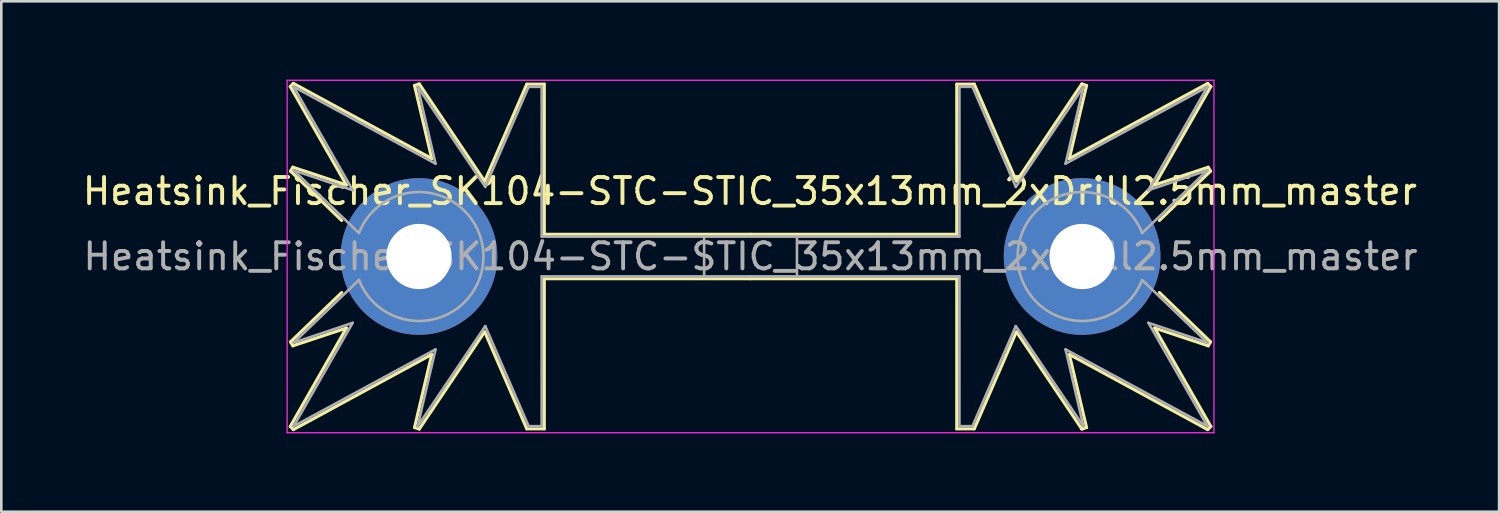
<source format=kicad_pcb>
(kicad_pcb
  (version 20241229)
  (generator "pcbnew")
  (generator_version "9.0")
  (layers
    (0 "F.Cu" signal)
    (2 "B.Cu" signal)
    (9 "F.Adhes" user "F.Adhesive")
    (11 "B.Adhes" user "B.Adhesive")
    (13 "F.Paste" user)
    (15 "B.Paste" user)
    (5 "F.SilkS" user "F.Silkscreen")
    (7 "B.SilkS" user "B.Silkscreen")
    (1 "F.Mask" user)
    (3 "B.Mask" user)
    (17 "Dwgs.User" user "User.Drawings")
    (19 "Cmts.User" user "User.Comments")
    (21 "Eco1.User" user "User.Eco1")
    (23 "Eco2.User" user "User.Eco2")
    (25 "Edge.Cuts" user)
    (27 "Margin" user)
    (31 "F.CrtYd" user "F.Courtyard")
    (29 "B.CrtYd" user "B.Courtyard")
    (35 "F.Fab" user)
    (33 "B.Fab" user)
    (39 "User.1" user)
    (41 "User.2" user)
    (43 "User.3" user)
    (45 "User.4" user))
  (footprint "Heatsink_Fischer_SK104-STC-STIC_35x13mm_2xDrill2.5mm_master"
    (layer "F.Cu")
    (at 25.698 6.775)
    (property "Reference" "Heatsink_Fischer_SK104-STC-STIC_35x13mm_2xDrill2.5mm_master" (at -0.025 -2.5 0) (layer "F.SilkS") (effects (font (size 1 1) (thickness 0.15))))
    (attr through_hole)
    (fp_line (start -17.63 -6.51) (end -15.48 -2.74) (stroke (width 0.12) (type solid)) (layer "F.SilkS"))
    (fp_line (start -17.63 6.51) (end -15.48 2.74) (stroke (width 0.12) (type solid)) (layer "F.SilkS"))
    (fp_line (start -17.62 -3.27) (end -15.66 -1.38) (stroke (width 0.12) (type solid)) (layer "F.SilkS"))
    (fp_line (start -17.62 3.27) (end -15.66 1.38) (stroke (width 0.12) (type solid)) (layer "F.SilkS"))
    (fp_line (start -17.53 -3.42) (end -17.62 -3.27) (stroke (width 0.12) (type solid)) (layer "F.SilkS"))
    (fp_line (start -17.53 3.42) (end -17.62 3.27) (stroke (width 0.12) (type solid)) (layer "F.SilkS"))
    (fp_line (start -17.51 -6.63) (end -17.63 -6.51) (stroke (width 0.12) (type solid)) (layer "F.SilkS"))
    (fp_line (start -17.51 6.63) (end -17.63 6.51) (stroke (width 0.12) (type solid)) (layer "F.SilkS"))
    (fp_line (start -15.48 -2.74) (end -17.53 -3.42) (stroke (width 0.12) (type solid)) (layer "F.SilkS"))
    (fp_line (start -15.48 2.74) (end -17.53 3.42) (stroke (width 0.12) (type solid)) (layer "F.SilkS"))
    (fp_line (start -12.87 -6.55) (end -12.21 -3.75) (stroke (width 0.12) (type solid)) (layer "F.SilkS"))
    (fp_line (start -12.87 6.55) (end -12.21 3.75) (stroke (width 0.12) (type solid)) (layer "F.SilkS"))
    (fp_line (start -12.69 -6.61) (end -12.87 -6.55) (stroke (width 0.12) (type solid)) (layer "F.SilkS"))
    (fp_line (start -12.69 6.61) (end -12.87 6.55) (stroke (width 0.12) (type solid)) (layer "F.SilkS"))
    (fp_line (start -12.21 -3.75) (end -17.51 -6.63) (stroke (width 0.12) (type solid)) (layer "F.SilkS"))
    (fp_line (start -12.21 3.75) (end -17.51 6.63) (stroke (width 0.12) (type solid)) (layer "F.SilkS"))
    (fp_line (start -10.19 -2.89) (end -12.69 -6.61) (stroke (width 0.12) (type solid)) (layer "F.SilkS"))
    (fp_line (start -10.19 2.89) (end -12.69 6.61) (stroke (width 0.12) (type solid)) (layer "F.SilkS"))
    (fp_line (start -8.57 -6.6) (end -10.18 -2.89) (stroke (width 0.12) (type solid)) (layer "F.SilkS"))
    (fp_line (start -8.57 6.6) (end -10.18 2.89) (stroke (width 0.12) (type solid)) (layer "F.SilkS"))
    (fp_line (start -7.9 -6.6) (end -8.57 -6.6) (stroke (width 0.12) (type solid)) (layer "F.SilkS"))
    (fp_line (start -7.9 -0.85) (end -7.9 -6.6) (stroke (width 0.12) (type solid)) (layer "F.SilkS"))
    (fp_line (start -7.9 0.85) (end -7.9 6.6) (stroke (width 0.12) (type solid)) (layer "F.SilkS"))
    (fp_line (start -7.9 6.6) (end -8.57 6.6) (stroke (width 0.12) (type solid)) (layer "F.SilkS"))
    (fp_line (start 0 -0.85) (end -7.9 -0.85) (stroke (width 0.12) (type solid)) (layer "F.SilkS"))
    (fp_line (start 0 -0.85) (end 7.9 -0.85) (stroke (width 0.12) (type solid)) (layer "F.SilkS"))
    (fp_line (start 0 0.85) (end -7.9 0.85) (stroke (width 0.12) (type solid)) (layer "F.SilkS"))
    (fp_line (start 0 0.85) (end 7.9 0.85) (stroke (width 0.12) (type solid)) (layer "F.SilkS"))
    (fp_line (start 7.9 -6.6) (end 8.57 -6.6) (stroke (width 0.12) (type solid)) (layer "F.SilkS"))
    (fp_line (start 7.9 -0.85) (end 7.9 -6.6) (stroke (width 0.12) (type solid)) (layer "F.SilkS"))
    (fp_line (start 7.9 0.85) (end 7.9 6.6) (stroke (width 0.12) (type solid)) (layer "F.SilkS"))
    (fp_line (start 7.9 6.6) (end 8.57 6.6) (stroke (width 0.12) (type solid)) (layer "F.SilkS"))
    (fp_line (start 8.57 -6.6) (end 10.18 -2.89) (stroke (width 0.12) (type solid)) (layer "F.SilkS"))
    (fp_line (start 8.57 6.6) (end 10.18 2.89) (stroke (width 0.12) (type solid)) (layer "F.SilkS"))
    (fp_line (start 10.19 -2.89) (end 12.69 -6.61) (stroke (width 0.12) (type solid)) (layer "F.SilkS"))
    (fp_line (start 10.19 2.89) (end 12.69 6.61) (stroke (width 0.12) (type solid)) (layer "F.SilkS"))
    (fp_line (start 12.21 -3.75) (end 17.51 -6.63) (stroke (width 0.12) (type solid)) (layer "F.SilkS"))
    (fp_line (start 12.21 3.75) (end 17.51 6.63) (stroke (width 0.12) (type solid)) (layer "F.SilkS"))
    (fp_line (start 12.69 -6.61) (end 12.87 -6.55) (stroke (width 0.12) (type solid)) (layer "F.SilkS"))
    (fp_line (start 12.69 6.61) (end 12.87 6.55) (stroke (width 0.12) (type solid)) (layer "F.SilkS"))
    (fp_line (start 12.87 -6.55) (end 12.21 -3.75) (stroke (width 0.12) (type solid)) (layer "F.SilkS"))
    (fp_line (start 12.87 6.55) (end 12.21 3.75) (stroke (width 0.12) (type solid)) (layer "F.SilkS"))
    (fp_line (start 15.48 -2.74) (end 17.53 -3.42) (stroke (width 0.12) (type solid)) (layer "F.SilkS"))
    (fp_line (start 15.48 2.74) (end 17.53 3.42) (stroke (width 0.12) (type solid)) (layer "F.SilkS"))
    (fp_line (start 17.51 -6.63) (end 17.63 -6.51) (stroke (width 0.12) (type solid)) (layer "F.SilkS"))
    (fp_line (start 17.51 6.63) (end 17.63 6.51) (stroke (width 0.12) (type solid)) (layer "F.SilkS"))
    (fp_line (start 17.53 -3.42) (end 17.62 -3.27) (stroke (width 0.12) (type solid)) (layer "F.SilkS"))
    (fp_line (start 17.53 3.42) (end 17.62 3.27) (stroke (width 0.12) (type solid)) (layer "F.SilkS"))
    (fp_line (start 17.62 -3.27) (end 15.66 -1.38) (stroke (width 0.12) (type solid)) (layer "F.SilkS"))
    (fp_line (start 17.62 3.27) (end 15.66 1.38) (stroke (width 0.12) (type solid)) (layer "F.SilkS"))
    (fp_line (start 17.63 -6.51) (end 15.48 -2.74) (stroke (width 0.12) (type solid)) (layer "F.SilkS"))
    (fp_line (start 17.63 6.51) (end 15.48 2.74) (stroke (width 0.12) (type solid)) (layer "F.SilkS"))
    (fp_line (start -17.75 -6.75) (end -17.75 6.75) (stroke (width 0.05) (type solid)) (layer "F.CrtYd"))
    (fp_line (start -17.75 -6.75) (end 17.75 -6.75) (stroke (width 0.05) (type solid)) (layer "F.CrtYd"))
    (fp_line (start 17.75 6.75) (end -17.75 6.75) (stroke (width 0.05) (type solid)) (layer "F.CrtYd"))
    (fp_line (start 17.75 6.75) (end 17.75 -6.75) (stroke (width 0.05) (type solid)) (layer "F.CrtYd"))
    (fp_line (start -17.5 -6.5) (end -15.24 -2.54) (stroke (width 0.1) (type solid)) (layer "F.Fab"))
    (fp_line (start -17.5 -6.5) (end -12.065 -3.556) (stroke (width 0.1) (type solid)) (layer "F.Fab"))
    (fp_line (start -17.5 -3.3) (end -15 -0.9) (stroke (width 0.1) (type solid)) (layer "F.Fab"))
    (fp_line (start -17.5 3.3) (end -15 0.9) (stroke (width 0.1) (type solid)) (layer "F.Fab"))
    (fp_line (start -17.5 6.5) (end -15.24 2.54) (stroke (width 0.1) (type solid)) (layer "F.Fab"))
    (fp_line (start -17.5 6.5) (end -12.065 3.556) (stroke (width 0.1) (type solid)) (layer "F.Fab"))
    (fp_line (start -15.24 -2.54) (end -17.5 -3.3) (stroke (width 0.1) (type solid)) (layer "F.Fab"))
    (fp_line (start -15.24 2.54) (end -17.5 3.3) (stroke (width 0.1) (type solid)) (layer "F.Fab"))
    (fp_line (start -12.065 -3.556) (end -12.75 -6.5) (stroke (width 0.1) (type solid)) (layer "F.Fab"))
    (fp_line (start -12.065 3.556) (end -12.75 6.5) (stroke (width 0.1) (type solid)) (layer "F.Fab"))
    (fp_line (start -10.16 -2.667) (end -12.75 -6.5) (stroke (width 0.1) (type solid)) (layer "F.Fab"))
    (fp_line (start -10.16 2.667) (end -12.75 6.5) (stroke (width 0.1) (type solid)) (layer "F.Fab"))
    (fp_line (start -8.5 -6.5) (end -10.16 -2.667) (stroke (width 0.1) (type solid)) (layer "F.Fab"))
    (fp_line (start -8.5 6.5) (end -10.16 2.667) (stroke (width 0.1) (type solid)) (layer "F.Fab"))
    (fp_line (start -8.001 -0.762) (end -8 -6.5) (stroke (width 0.1) (type solid)) (layer "F.Fab"))
    (fp_line (start -8.001 0.762) (end -8 6.5) (stroke (width 0.1) (type solid)) (layer "F.Fab"))
    (fp_line (start -8 -6.5) (end -8.5 -6.5) (stroke (width 0.1) (type solid)) (layer "F.Fab"))
    (fp_line (start -8 6.5) (end -8.5 6.5) (stroke (width 0.1) (type solid)) (layer "F.Fab"))
    (fp_line (start -1.778 0.762) (end -1.778 -0.762) (stroke (width 0.1) (type solid)) (layer "F.Fab"))
    (fp_line (start 0 -0.762) (end -8.001 -0.762) (stroke (width 0.1) (type solid)) (layer "F.Fab"))
    (fp_line (start 0 -0.762) (end 8.001 -0.762) (stroke (width 0.1) (type solid)) (layer "F.Fab"))
    (fp_line (start 0 0.762) (end -8.001 0.762) (stroke (width 0.1) (type solid)) (layer "F.Fab"))
    (fp_line (start 0 0.762) (end 8.001 0.762) (stroke (width 0.1) (type solid)) (layer "F.Fab"))
    (fp_line (start 1.778 -0.762) (end 1.778 0.762) (stroke (width 0.1) (type solid)) (layer "F.Fab"))
    (fp_line (start 8 -6.5) (end 8.5 -6.5) (stroke (width 0.1) (type solid)) (layer "F.Fab"))
    (fp_line (start 8 6.5) (end 8.5 6.5) (stroke (width 0.1) (type solid)) (layer "F.Fab"))
    (fp_line (start 8.001 -0.762) (end 8 -6.5) (stroke (width 0.1) (type solid)) (layer "F.Fab"))
    (fp_line (start 8.001 0.762) (end 8 6.5) (stroke (width 0.1) (type solid)) (layer "F.Fab"))
    (fp_line (start 8.5 -6.5) (end 10.16 -2.667) (stroke (width 0.1) (type solid)) (layer "F.Fab"))
    (fp_line (start 8.5 6.5) (end 10.16 2.667) (stroke (width 0.1) (type solid)) (layer "F.Fab"))
    (fp_line (start 10.16 -2.667) (end 12.75 -6.5) (stroke (width 0.1) (type solid)) (layer "F.Fab"))
    (fp_line (start 10.16 2.667) (end 12.75 6.5) (stroke (width 0.1) (type solid)) (layer "F.Fab"))
    (fp_line (start 12.065 -3.556) (end 12.75 -6.5) (stroke (width 0.1) (type solid)) (layer "F.Fab"))
    (fp_line (start 12.065 3.556) (end 12.75 6.5) (stroke (width 0.1) (type solid)) (layer "F.Fab"))
    (fp_line (start 15.24 -2.54) (end 17.5 -3.3) (stroke (width 0.1) (type solid)) (layer "F.Fab"))
    (fp_line (start 15.24 2.54) (end 17.5 3.3) (stroke (width 0.1) (type solid)) (layer "F.Fab"))
    (fp_line (start 17.5 -6.5) (end 12.065 -3.556) (stroke (width 0.1) (type solid)) (layer "F.Fab"))
    (fp_line (start 17.5 -6.5) (end 15.24 -2.54) (stroke (width 0.1) (type solid)) (layer "F.Fab"))
    (fp_line (start 17.5 -3.3) (end 15 -0.9) (stroke (width 0.1) (type solid)) (layer "F.Fab"))
    (fp_line (start 17.5 3.3) (end 15 0.9) (stroke (width 0.1) (type solid)) (layer "F.Fab"))
    (fp_line (start 17.5 6.5) (end 12.065 3.556) (stroke (width 0.1) (type solid)) (layer "F.Fab"))
    (fp_line (start 17.5 6.5) (end 15.24 2.54) (stroke (width 0.1) (type solid)) (layer "F.Fab"))
    (fp_arc (start -14.99272 -0.918387) (mid -10.230202 0.009888) (end -15 0.9) (stroke (width 0.1) (type solid)) (layer "F.Fab"))
    (fp_arc (start 14.99272 0.918387) (mid 10.230202 -0.009888) (end 15 -0.9) (stroke (width 0.1) (type solid)) (layer "F.Fab"))
    (fp_text user "${REFERENCE}" (at 0 0 0) (layer "F.Fab") (effects (font (size 1 1) (thickness 0.15))))
    (pad "1" thru_hole circle (at -12.7 0 180) (size 6 6) (drill 2.5) (layers "*.Cu" "*.Mask"))
    (pad "1" thru_hole circle (at 12.7 0) (size 6 6) (drill 2.5) (layers "*.Cu" "*.Mask")))
  (gr_rect
    (start -3 -3)
    (end 54.37 16.55)
    (stroke (width 0.1) (type default))
    (fill no)
    (layer "Edge.Cuts")))
</source>
